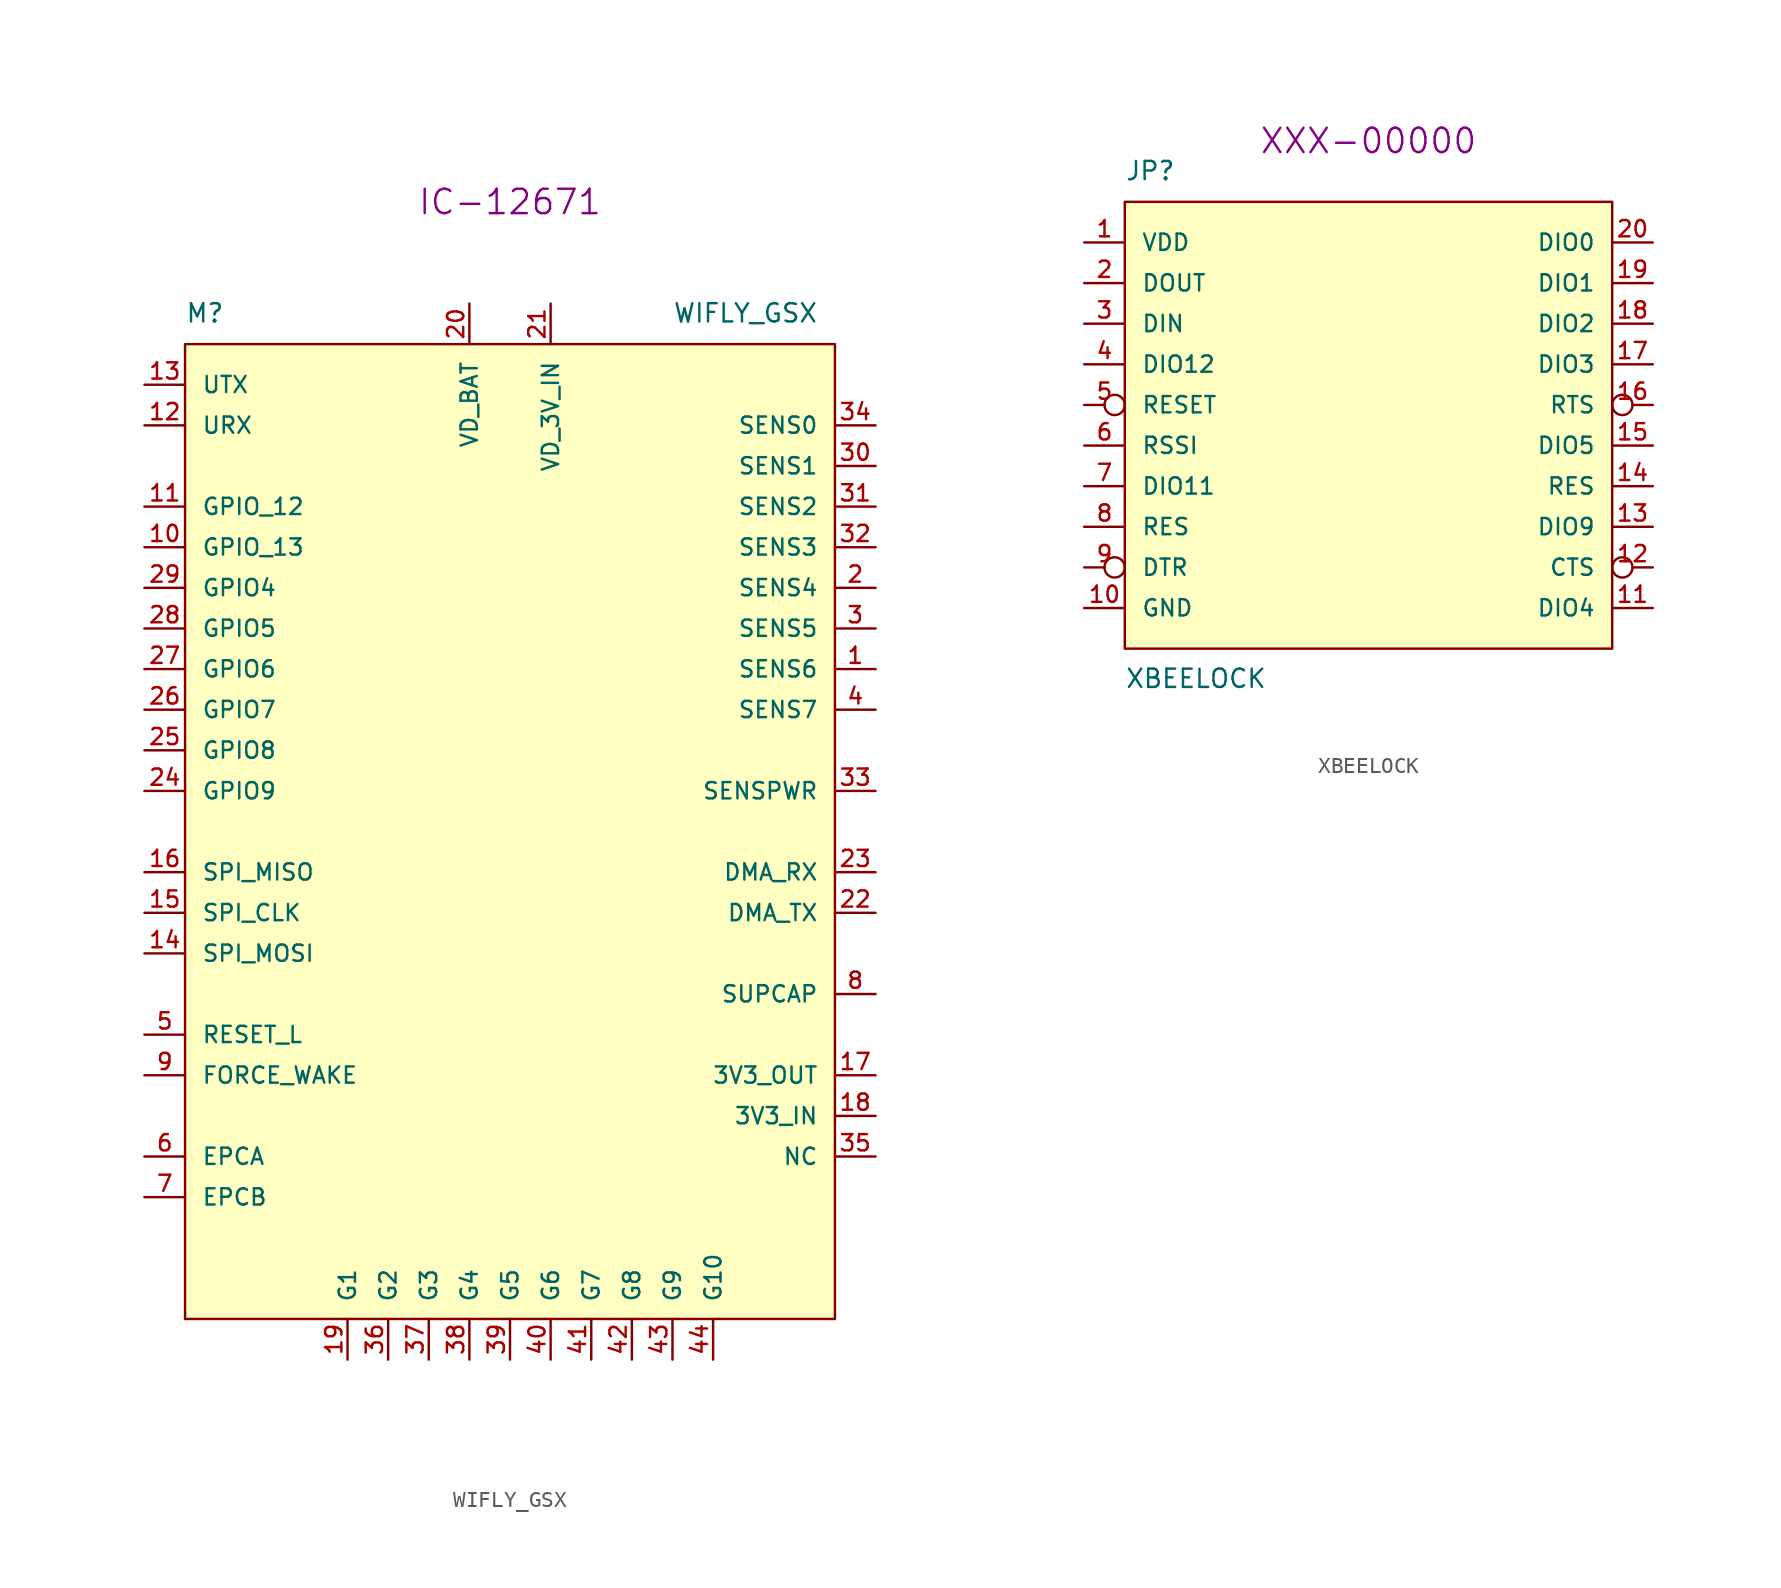
<source format=kicad_sym>
(kicad_symbol_lib
  (version 20220914)
  (generator kicad_symbol_editor)
  (symbol "WIFLY_GSX"
    (pin_names
      (offset 1.016))
    (property "Reference" "M"
      (at -20.32 36.83 0)
      (effects (font (size 1.143 1.143)) (justify left bottom)))
    (property "Value" "WIFLY_GSX"
      (at 10.16 36.83 0)
      (effects (font (size 1.143 1.143)) (justify left bottom)))
    (property "Field4" "IC-12671"
      (at 0 44.45 0)
      (effects (font (size 1.524 1.524))))
    (property "ki_locked" ""
      (at 0 0 0)
      (effects (font (size 1.27 1.27))))
    (symbol "WIFLY_GSX_1_1"
      (polyline (pts (xy -20.32 -25.4) (xy 20.32 -25.4) (xy 20.32 35.56) (xy -20.32 35.56) (xy -20.32 -25.4)) (stroke (width 0) (type solid)) (fill (type background)))
      (pin bidirectional line (at 22.86 15.24 180) (length 2.54) (name "SENS6" (effects (font (size 1.016 1.016)))) (number "1" (effects (font (size 1.016 1.016)))))
      (pin bidirectional line (at -22.86 22.86 0) (length 2.54) (name "GPIO_13" (effects (font (size 1.016 1.016)))) (number "10" (effects (font (size 1.016 1.016)))))
      (pin bidirectional line (at -22.86 25.4 0) (length 2.54) (name "GPIO_12" (effects (font (size 1.016 1.016)))) (number "11" (effects (font (size 1.016 1.016)))))
      (pin bidirectional line (at -22.86 30.48 0) (length 2.54) (name "URX" (effects (font (size 1.016 1.016)))) (number "12" (effects (font (size 1.016 1.016)))))
      (pin bidirectional line (at -22.86 33.02 0) (length 2.54) (name "UTX" (effects (font (size 1.016 1.016)))) (number "13" (effects (font (size 1.016 1.016)))))
      (pin bidirectional line (at -22.86 -2.54 0) (length 2.54) (name "SPI_MOSI" (effects (font (size 1.016 1.016)))) (number "14" (effects (font (size 1.016 1.016)))))
      (pin bidirectional line (at -22.86 0 0) (length 2.54) (name "SPI_CLK" (effects (font (size 1.016 1.016)))) (number "15" (effects (font (size 1.016 1.016)))))
      (pin bidirectional line (at -22.86 2.54 0) (length 2.54) (name "SPI_MISO" (effects (font (size 1.016 1.016)))) (number "16" (effects (font (size 1.016 1.016)))))
      (pin bidirectional line (at 22.86 -10.16 180) (length 2.54) (name "3V3_OUT" (effects (font (size 1.016 1.016)))) (number "17" (effects (font (size 1.016 1.016)))))
      (pin bidirectional line (at 22.86 -12.7 180) (length 2.54) (name "3V3_IN" (effects (font (size 1.016 1.016)))) (number "18" (effects (font (size 1.016 1.016)))))
      (pin bidirectional line (at -10.16 -27.94 90) (length 2.54) (name "G1" (effects (font (size 1.016 1.016)))) (number "19" (effects (font (size 1.016 1.016)))))
      (pin bidirectional line (at 22.86 20.32 180) (length 2.54) (name "SENS4" (effects (font (size 1.016 1.016)))) (number "2" (effects (font (size 1.016 1.016)))))
      (pin bidirectional line (at -2.54 38.1 270) (length 2.54) (name "VD_BAT" (effects (font (size 1.016 1.016)))) (number "20" (effects (font (size 1.016 1.016)))))
      (pin bidirectional line (at 2.54 38.1 270) (length 2.54) (name "VD_3V_IN" (effects (font (size 1.016 1.016)))) (number "21" (effects (font (size 1.016 1.016)))))
      (pin bidirectional line (at 22.86 0 180) (length 2.54) (name "DMA_TX" (effects (font (size 1.016 1.016)))) (number "22" (effects (font (size 1.016 1.016)))))
      (pin bidirectional line (at 22.86 2.54 180) (length 2.54) (name "DMA_RX" (effects (font (size 1.016 1.016)))) (number "23" (effects (font (size 1.016 1.016)))))
      (pin bidirectional line (at -22.86 7.62 0) (length 2.54) (name "GPIO9" (effects (font (size 1.016 1.016)))) (number "24" (effects (font (size 1.016 1.016)))))
      (pin bidirectional line (at -22.86 10.16 0) (length 2.54) (name "GPIO8" (effects (font (size 1.016 1.016)))) (number "25" (effects (font (size 1.016 1.016)))))
      (pin bidirectional line (at -22.86 12.7 0) (length 2.54) (name "GPIO7" (effects (font (size 1.016 1.016)))) (number "26" (effects (font (size 1.016 1.016)))))
      (pin bidirectional line (at -22.86 15.24 0) (length 2.54) (name "GPIO6" (effects (font (size 1.016 1.016)))) (number "27" (effects (font (size 1.016 1.016)))))
      (pin bidirectional line (at -22.86 17.78 0) (length 2.54) (name "GPIO5" (effects (font (size 1.016 1.016)))) (number "28" (effects (font (size 1.016 1.016)))))
      (pin bidirectional line (at -22.86 20.32 0) (length 2.54) (name "GPIO4" (effects (font (size 1.016 1.016)))) (number "29" (effects (font (size 1.016 1.016)))))
      (pin bidirectional line (at 22.86 17.78 180) (length 2.54) (name "SENS5" (effects (font (size 1.016 1.016)))) (number "3" (effects (font (size 1.016 1.016)))))
      (pin bidirectional line (at 22.86 27.94 180) (length 2.54) (name "SENS1" (effects (font (size 1.016 1.016)))) (number "30" (effects (font (size 1.016 1.016)))))
      (pin bidirectional line (at 22.86 25.4 180) (length 2.54) (name "SENS2" (effects (font (size 1.016 1.016)))) (number "31" (effects (font (size 1.016 1.016)))))
      (pin bidirectional line (at 22.86 22.86 180) (length 2.54) (name "SENS3" (effects (font (size 1.016 1.016)))) (number "32" (effects (font (size 1.016 1.016)))))
      (pin bidirectional line (at 22.86 7.62 180) (length 2.54) (name "SENSPWR" (effects (font (size 1.016 1.016)))) (number "33" (effects (font (size 1.016 1.016)))))
      (pin bidirectional line (at 22.86 30.48 180) (length 2.54) (name "SENS0" (effects (font (size 1.016 1.016)))) (number "34" (effects (font (size 1.016 1.016)))))
      (pin bidirectional line (at 22.86 -15.24 180) (length 2.54) (name "NC" (effects (font (size 1.016 1.016)))) (number "35" (effects (font (size 1.016 1.016)))))
      (pin bidirectional line (at -7.62 -27.94 90) (length 2.54) (name "G2" (effects (font (size 1.016 1.016)))) (number "36" (effects (font (size 1.016 1.016)))))
      (pin bidirectional line (at -5.08 -27.94 90) (length 2.54) (name "G3" (effects (font (size 1.016 1.016)))) (number "37" (effects (font (size 1.016 1.016)))))
      (pin bidirectional line (at -2.54 -27.94 90) (length 2.54) (name "G4" (effects (font (size 1.016 1.016)))) (number "38" (effects (font (size 1.016 1.016)))))
      (pin bidirectional line (at 0 -27.94 90) (length 2.54) (name "G5" (effects (font (size 1.016 1.016)))) (number "39" (effects (font (size 1.016 1.016)))))
      (pin bidirectional line (at 22.86 12.7 180) (length 2.54) (name "SENS7" (effects (font (size 1.016 1.016)))) (number "4" (effects (font (size 1.016 1.016)))))
      (pin bidirectional line (at 2.54 -27.94 90) (length 2.54) (name "G6" (effects (font (size 1.016 1.016)))) (number "40" (effects (font (size 1.016 1.016)))))
      (pin bidirectional line (at 5.08 -27.94 90) (length 2.54) (name "G7" (effects (font (size 1.016 1.016)))) (number "41" (effects (font (size 1.016 1.016)))))
      (pin bidirectional line (at 7.62 -27.94 90) (length 2.54) (name "G8" (effects (font (size 1.016 1.016)))) (number "42" (effects (font (size 1.016 1.016)))))
      (pin bidirectional line (at 10.16 -27.94 90) (length 2.54) (name "G9" (effects (font (size 1.016 1.016)))) (number "43" (effects (font (size 1.016 1.016)))))
      (pin bidirectional line (at 12.7 -27.94 90) (length 2.54) (name "G10" (effects (font (size 1.016 1.016)))) (number "44" (effects (font (size 1.016 1.016)))))
      (pin bidirectional line (at -22.86 -7.62 0) (length 2.54) (name "RESET_L" (effects (font (size 1.016 1.016)))) (number "5" (effects (font (size 1.016 1.016)))))
      (pin bidirectional line (at -22.86 -15.24 0) (length 2.54) (name "EPCA" (effects (font (size 1.016 1.016)))) (number "6" (effects (font (size 1.016 1.016)))))
      (pin bidirectional line (at -22.86 -17.78 0) (length 2.54) (name "EPCB" (effects (font (size 1.016 1.016)))) (number "7" (effects (font (size 1.016 1.016)))))
      (pin bidirectional line (at 22.86 -5.08 180) (length 2.54) (name "SUPCAP" (effects (font (size 1.016 1.016)))) (number "8" (effects (font (size 1.016 1.016)))))
      (pin bidirectional line (at -22.86 -10.16 0) (length 2.54) (name "FORCE_WAKE" (effects (font (size 1.016 1.016)))) (number "9" (effects (font (size 1.016 1.016)))))))
  (symbol "XBEELOCK"
    (pin_names
      (offset 1.016))
    (property "Reference" "JP"
      (at -15.24 13.97 0)
      (effects (font (size 1.143 1.143)) (justify left bottom)))
    (property "Value" "XBEELOCK"
      (at -15.24 -17.78 0)
      (effects (font (size 1.143 1.143)) (justify left bottom)))
    (property "Field4" "XXX-00000"
      (at 0 16.51 0)
      (effects (font (size 1.524 1.524))))
    (property "ki_locked" ""
      (at 0 0 0)
      (effects (font (size 1.27 1.27))))
    (symbol "XBEELOCK_1_1"
      (polyline (pts (xy -15.24 12.7) (xy 15.24 12.7) (xy 15.24 -15.24) (xy -15.24 -15.24) (xy -15.24 12.7)) (stroke (width 0) (type solid)) (fill (type background)))
      (pin power_in line (at -17.78 10.16 0) (length 2.54) (name "VDD" (effects (font (size 1.016 1.016)))) (number "1" (effects (font (size 1.016 1.016)))))
      (pin power_in line (at -17.78 -12.7 0) (length 2.54) (name "GND" (effects (font (size 1.016 1.016)))) (number "10" (effects (font (size 1.016 1.016)))))
      (pin bidirectional line (at 17.78 -12.7 180) (length 2.54) (name "DIO4" (effects (font (size 1.016 1.016)))) (number "11" (effects (font (size 1.016 1.016)))))
      (pin output inverted (at 17.78 -10.16 180) (length 2.54) (name "CTS" (effects (font (size 1.016 1.016)))) (number "12" (effects (font (size 1.016 1.016)))))
      (pin bidirectional line (at 17.78 -7.62 180) (length 2.54) (name "DIO9" (effects (font (size 1.016 1.016)))) (number "13" (effects (font (size 1.016 1.016)))))
      (pin bidirectional line (at 17.78 -5.08 180) (length 2.54) (name "RES" (effects (font (size 1.016 1.016)))) (number "14" (effects (font (size 1.016 1.016)))))
      (pin bidirectional line (at 17.78 -2.54 180) (length 2.54) (name "DIO5" (effects (font (size 1.016 1.016)))) (number "15" (effects (font (size 1.016 1.016)))))
      (pin input inverted (at 17.78 0 180) (length 2.54) (name "RTS" (effects (font (size 1.016 1.016)))) (number "16" (effects (font (size 1.016 1.016)))))
      (pin bidirectional line (at 17.78 2.54 180) (length 2.54) (name "DIO3" (effects (font (size 1.016 1.016)))) (number "17" (effects (font (size 1.016 1.016)))))
      (pin bidirectional line (at 17.78 5.08 180) (length 2.54) (name "DIO2" (effects (font (size 1.016 1.016)))) (number "18" (effects (font (size 1.016 1.016)))))
      (pin bidirectional line (at 17.78 7.62 180) (length 2.54) (name "DIO1" (effects (font (size 1.016 1.016)))) (number "19" (effects (font (size 1.016 1.016)))))
      (pin output line (at -17.78 7.62 0) (length 2.54) (name "DOUT" (effects (font (size 1.016 1.016)))) (number "2" (effects (font (size 1.016 1.016)))))
      (pin bidirectional line (at 17.78 10.16 180) (length 2.54) (name "DIO0" (effects (font (size 1.016 1.016)))) (number "20" (effects (font (size 1.016 1.016)))))
      (pin input line (at -17.78 5.08 0) (length 2.54) (name "DIN" (effects (font (size 1.016 1.016)))) (number "3" (effects (font (size 1.016 1.016)))))
      (pin bidirectional line (at -17.78 2.54 0) (length 2.54) (name "DIO12" (effects (font (size 1.016 1.016)))) (number "4" (effects (font (size 1.016 1.016)))))
      (pin input inverted (at -17.78 0 0) (length 2.54) (name "RESET" (effects (font (size 1.016 1.016)))) (number "5" (effects (font (size 1.016 1.016)))))
      (pin bidirectional line (at -17.78 -2.54 0) (length 2.54) (name "RSSI" (effects (font (size 1.016 1.016)))) (number "6" (effects (font (size 1.016 1.016)))))
      (pin bidirectional line (at -17.78 -5.08 0) (length 2.54) (name "DIO11" (effects (font (size 1.016 1.016)))) (number "7" (effects (font (size 1.016 1.016)))))
      (pin bidirectional line (at -17.78 -7.62 0) (length 2.54) (name "RES" (effects (font (size 1.016 1.016)))) (number "8" (effects (font (size 1.016 1.016)))))
      (pin bidirectional inverted (at -17.78 -10.16 0) (length 2.54) (name "DTR" (effects (font (size 1.016 1.016)))) (number "9" (effects (font (size 1.016 1.016))))))))
</source>
